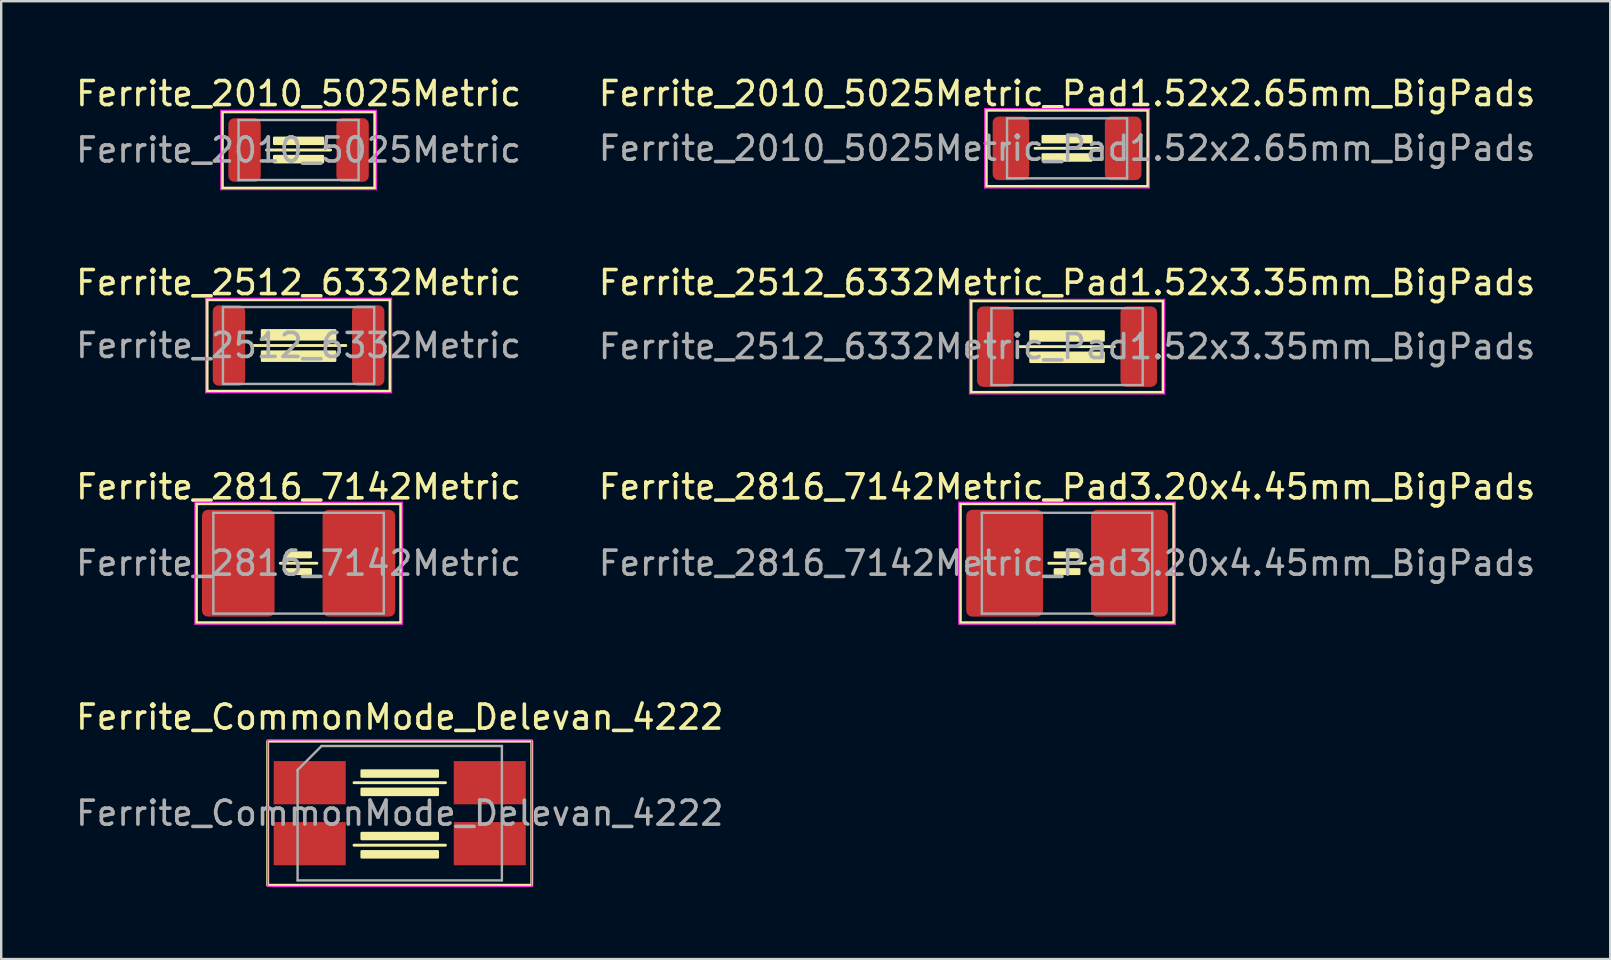
<source format=kicad_pcb>
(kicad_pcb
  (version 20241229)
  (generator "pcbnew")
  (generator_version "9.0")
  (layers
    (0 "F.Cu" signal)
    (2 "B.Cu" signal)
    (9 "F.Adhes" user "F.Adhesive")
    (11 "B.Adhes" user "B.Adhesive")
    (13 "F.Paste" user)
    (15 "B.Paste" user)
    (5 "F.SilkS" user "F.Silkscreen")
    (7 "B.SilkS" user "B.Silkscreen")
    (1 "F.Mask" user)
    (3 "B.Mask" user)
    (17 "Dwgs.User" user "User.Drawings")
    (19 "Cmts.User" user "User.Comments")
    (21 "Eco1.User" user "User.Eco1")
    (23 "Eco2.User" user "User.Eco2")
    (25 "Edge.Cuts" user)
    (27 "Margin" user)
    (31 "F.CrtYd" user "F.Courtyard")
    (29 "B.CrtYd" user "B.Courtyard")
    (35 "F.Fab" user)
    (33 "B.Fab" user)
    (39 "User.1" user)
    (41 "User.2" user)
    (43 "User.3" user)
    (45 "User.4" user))
  (footprint "Ferrite_2010_5025Metric"
    (layer "F.Cu")
    (at 9.387 3.198)
    (property "Reference" "Ferrite_2010_5025Metric" (at 0 -2.349 0) (layer "F.SilkS") (effects (font (size 1 1) (thickness 0.15))))
    (attr smd)
    (fp_line (start -3.175 -1.587) (end 3.175 -1.587) (stroke (width 0.12) (type solid)) (layer "F.SilkS"))
    (fp_line (start -3.175 1.587) (end -3.175 -1.587) (stroke (width 0.12) (type solid)) (layer "F.SilkS"))
    (fp_line (start -1.333 0) (end 1.333 0) (stroke (width 0.12) (type solid)) (layer "F.SilkS"))
    (fp_line (start 3.175 -1.587) (end 3.175 1.587) (stroke (width 0.12) (type solid)) (layer "F.SilkS"))
    (fp_line (start 3.175 1.587) (end -3.175 1.587) (stroke (width 0.12) (type solid)) (layer "F.SilkS"))
    (fp_poly (pts (xy 1.016 -0.254) (xy -1.016 -0.254) (xy -1.016 -0.508) (xy 1.016 -0.508)) (stroke (width 0.1) (type solid)) (fill yes) (layer "F.SilkS"))
    (fp_poly (pts (xy 1.016 0.508) (xy -1.016 0.508) (xy -1.016 0.254) (xy 1.016 0.254)) (stroke (width 0.1) (type solid)) (fill yes) (layer "F.SilkS"))
    (fp_line (start -3.239 -1.651) (end 3.239 -1.651) (stroke (width 0.05) (type solid)) (layer "F.CrtYd"))
    (fp_line (start -3.239 1.651) (end -3.239 -1.651) (stroke (width 0.05) (type solid)) (layer "F.CrtYd"))
    (fp_line (start 3.239 -1.651) (end 3.239 1.651) (stroke (width 0.05) (type solid)) (layer "F.CrtYd"))
    (fp_line (start 3.239 1.651) (end -3.239 1.651) (stroke (width 0.05) (type solid)) (layer "F.CrtYd"))
    (fp_line (start -2.5 -1.25) (end 2.5 -1.25) (stroke (width 0.1) (type solid)) (layer "F.Fab"))
    (fp_line (start -2.5 1.25) (end -2.5 -1.25) (stroke (width 0.1) (type solid)) (layer "F.Fab"))
    (fp_line (start 2.5 -1.25) (end 2.5 1.25) (stroke (width 0.1) (type solid)) (layer "F.Fab"))
    (fp_line (start 2.5 1.25) (end -2.5 1.25) (stroke (width 0.1) (type solid)) (layer "F.Fab"))
    (fp_text user "${REFERENCE}" (at 0 0 0) (layer "F.Fab") (effects (font (size 1 1) (thickness 0.15))))
    (pad "1" smd roundrect (at -2.25 0) (size 1.35 2.65) (layers "F.Cu" "F.Mask" "F.Paste") (roundrect_rratio 0.185))
    (pad "2" smd roundrect (at 2.25 0) (size 1.35 2.65) (layers "F.Cu" "F.Mask" "F.Paste") (roundrect_rratio 0.185)))
  (footprint "Ferrite_2010_5025Metric_Pad1.52x2.65mm_BigPads"
    (layer "F.Cu")
    (at 41.399 3.128)
    (property "Reference" "Ferrite_2010_5025Metric_Pad1.52x2.65mm_BigPads" (at 0 -2.28 0) (layer "F.SilkS") (effects (font (size 1 1) (thickness 0.15))))
    (attr smd)
    (fp_line (start -3.365 -1.587) (end 3.365 -1.587) (stroke (width 0.12) (type solid)) (layer "F.SilkS"))
    (fp_line (start -3.365 1.587) (end -3.365 -1.587) (stroke (width 0.12) (type solid)) (layer "F.SilkS"))
    (fp_line (start -1.333 0) (end 1.333 0) (stroke (width 0.12) (type solid)) (layer "F.SilkS"))
    (fp_line (start 3.365 -1.587) (end 3.365 1.587) (stroke (width 0.12) (type solid)) (layer "F.SilkS"))
    (fp_line (start 3.365 1.587) (end -3.365 1.587) (stroke (width 0.12) (type solid)) (layer "F.SilkS"))
    (fp_poly (pts (xy 1.016 -0.254) (xy -1.016 -0.254) (xy -1.016 -0.508) (xy 1.016 -0.508)) (stroke (width 0.1) (type solid)) (fill yes) (layer "F.SilkS"))
    (fp_poly (pts (xy 1.016 0.508) (xy -1.016 0.508) (xy -1.016 0.254) (xy 1.016 0.254)) (stroke (width 0.1) (type solid)) (fill yes) (layer "F.SilkS"))
    (fp_line (start -3.429 -1.651) (end 3.429 -1.651) (stroke (width 0.05) (type solid)) (layer "F.CrtYd"))
    (fp_line (start -3.429 1.651) (end -3.429 -1.651) (stroke (width 0.05) (type solid)) (layer "F.CrtYd"))
    (fp_line (start 3.429 -1.651) (end 3.429 1.651) (stroke (width 0.05) (type solid)) (layer "F.CrtYd"))
    (fp_line (start 3.429 1.651) (end -3.429 1.651) (stroke (width 0.05) (type solid)) (layer "F.CrtYd"))
    (fp_line (start -2.5 -1.25) (end 2.5 -1.25) (stroke (width 0.1) (type solid)) (layer "F.Fab"))
    (fp_line (start -2.5 1.25) (end -2.5 -1.25) (stroke (width 0.1) (type solid)) (layer "F.Fab"))
    (fp_line (start 2.5 -1.25) (end 2.5 1.25) (stroke (width 0.1) (type solid)) (layer "F.Fab"))
    (fp_line (start 2.5 1.25) (end -2.5 1.25) (stroke (width 0.1) (type solid)) (layer "F.Fab"))
    (fp_text user "${REFERENCE}" (at 0 0 0) (layer "F.Fab") (effects (font (size 1 1) (thickness 0.15))))
    (pad "1" smd roundrect (at -2.337 0) (size 1.525 2.65) (layers "F.Cu" "F.Mask" "F.Paste") (roundrect_rratio 0.164))
    (pad "2" smd roundrect (at 2.337 0) (size 1.525 2.65) (layers "F.Cu" "F.Mask" "F.Paste") (roundrect_rratio 0.164)))
  (footprint "Ferrite_CommonMode_Delevan_4222"
    (layer "F.Cu")
    (at 13.601 30.824)
    (property "Reference" "Ferrite_CommonMode_Delevan_4222" (at 0 -4 0) (layer "F.SilkS") (effects (font (size 1 1) (thickness 0.15))))
    (attr smd)
    (fp_line (start -1.905 -1.27) (end 1.905 -1.27) (stroke (width 0.12) (type solid)) (layer "F.SilkS"))
    (fp_line (start -1.905 1.333) (end 1.905 1.333) (stroke (width 0.12) (type solid)) (layer "F.SilkS"))
    (fp_rect (start -5.5 -3) (end 5.5 3) (stroke (width 0.12) (type solid)) (fill no) (layer "F.SilkS"))
    (fp_poly (pts (xy 1.587 -1.778) (xy 1.587 -1.524) (xy -1.587 -1.524) (xy -1.587 -1.778)) (stroke (width 0.1) (type solid)) (fill yes) (layer "F.SilkS"))
    (fp_poly (pts (xy 1.587 -1.016) (xy 1.587 -0.762) (xy -1.587 -0.762) (xy -1.587 -1.016)) (stroke (width 0.1) (type solid)) (fill yes) (layer "F.SilkS"))
    (fp_poly (pts (xy 1.587 0.826) (xy 1.587 1.079) (xy -1.587 1.079) (xy -1.587 0.826)) (stroke (width 0.1) (type solid)) (fill yes) (layer "F.SilkS"))
    (fp_poly (pts (xy 1.587 1.587) (xy 1.587 1.841) (xy -1.587 1.841) (xy -1.587 1.587)) (stroke (width 0.1) (type solid)) (fill yes) (layer "F.SilkS"))
    (fp_line (start -5.5 -3.05) (end 5.5 -3.05) (stroke (width 0.05) (type solid)) (layer "F.CrtYd"))
    (fp_line (start -5.5 3.05) (end -5.5 -3.05) (stroke (width 0.05) (type solid)) (layer "F.CrtYd"))
    (fp_line (start 5.5 -3.05) (end 5.5 3.05) (stroke (width 0.05) (type solid)) (layer "F.CrtYd"))
    (fp_line (start 5.5 3.05) (end -5.5 3.05) (stroke (width 0.05) (type solid)) (layer "F.CrtYd"))
    (fp_line (start -4.255 -1.8) (end -4.255 2.8) (stroke (width 0.1) (type solid)) (layer "F.Fab"))
    (fp_line (start -4.255 -1.8) (end -3.255 -2.8) (stroke (width 0.1) (type solid)) (layer "F.Fab"))
    (fp_line (start -3.255 -2.8) (end 4.255 -2.8) (stroke (width 0.1) (type solid)) (layer "F.Fab"))
    (fp_line (start 4.255 -2.8) (end 4.255 2.8) (stroke (width 0.1) (type solid)) (layer "F.Fab"))
    (fp_line (start 4.255 2.8) (end -4.255 2.8) (stroke (width 0.1) (type solid)) (layer "F.Fab"))
    (fp_text user "${REFERENCE}" (at 0 0 0) (layer "F.Fab") (effects (font (size 1 1) (thickness 0.15))))
    (pad "1" smd rect (at -3.75 -1.27) (size 3 1.8) (layers "F.Cu" "F.Mask" "F.Paste"))
    (pad "2" smd rect (at -3.75 1.27) (size 3 1.8) (layers "F.Cu" "F.Mask" "F.Paste"))
    (pad "3" smd rect (at 3.75 1.27) (size 3 1.8) (layers "F.Cu" "F.Mask" "F.Paste"))
    (pad "4" smd rect (at 3.75 -1.27) (size 3 1.8) (layers "F.Cu" "F.Mask" "F.Paste")))
  (footprint "Ferrite_2816_7142Metric_Pad3.20x4.45mm_BigPads"
    (layer "F.Cu")
    (at 41.399 20.411)
    (property "Reference" "Ferrite_2816_7142Metric_Pad3.20x4.45mm_BigPads" (at 0 -3.18 0) (layer "F.SilkS") (effects (font (size 1 1) (thickness 0.15))))
    (attr smd)
    (fp_line (start -4.445 -2.477) (end 4.445 -2.477) (stroke (width 0.12) (type solid)) (layer "F.SilkS"))
    (fp_line (start -4.445 2.477) (end -4.445 -2.477) (stroke (width 0.12) (type solid)) (layer "F.SilkS"))
    (fp_line (start -0.762 0) (end 0.762 0) (stroke (width 0.12) (type solid)) (layer "F.SilkS"))
    (fp_line (start 4.445 -2.477) (end 4.445 2.477) (stroke (width 0.12) (type solid)) (layer "F.SilkS"))
    (fp_line (start 4.445 2.477) (end -4.445 2.477) (stroke (width 0.12) (type solid)) (layer "F.SilkS"))
    (fp_poly (pts (xy 0.508 -0.254) (xy -0.508 -0.254) (xy -0.508 -0.445) (xy 0.508 -0.445)) (stroke (width 0.1) (type solid)) (fill yes) (layer "F.SilkS"))
    (fp_poly (pts (xy 0.508 0.445) (xy -0.508 0.445) (xy -0.508 0.254) (xy 0.508 0.254)) (stroke (width 0.1) (type solid)) (fill yes) (layer "F.SilkS"))
    (fp_line (start -4.508 -2.54) (end 4.508 -2.54) (stroke (width 0.05) (type solid)) (layer "F.CrtYd"))
    (fp_line (start -4.508 2.54) (end -4.508 -2.54) (stroke (width 0.05) (type solid)) (layer "F.CrtYd"))
    (fp_line (start 4.508 -2.54) (end 4.508 2.54) (stroke (width 0.05) (type solid)) (layer "F.CrtYd"))
    (fp_line (start 4.508 2.54) (end -4.508 2.54) (stroke (width 0.05) (type solid)) (layer "F.CrtYd"))
    (fp_line (start -3.55 -2.1) (end 3.55 -2.1) (stroke (width 0.1) (type solid)) (layer "F.Fab"))
    (fp_line (start -3.55 2.1) (end -3.55 -2.1) (stroke (width 0.1) (type solid)) (layer "F.Fab"))
    (fp_line (start 3.55 -2.1) (end 3.55 2.1) (stroke (width 0.1) (type solid)) (layer "F.Fab"))
    (fp_line (start 3.55 2.1) (end -3.55 2.1) (stroke (width 0.1) (type solid)) (layer "F.Fab"))
    (fp_text user "${REFERENCE}" (at 0 0 0) (layer "F.Fab") (effects (font (size 1 1) (thickness 0.15))))
    (pad "1" smd roundrect (at -2.6 0) (size 3.2 4.45) (layers "F.Cu" "F.Mask" "F.Paste") (roundrect_rratio 0.078))
    (pad "2" smd roundrect (at 2.6 0) (size 3.2 4.45) (layers "F.Cu" "F.Mask" "F.Paste") (roundrect_rratio 0.078)))
  (footprint "Ferrite_2512_6332Metric"
    (layer "F.Cu")
    (at 9.387 11.342)
    (property "Reference" "Ferrite_2512_6332Metric" (at 0 -2.62 0) (layer "F.SilkS") (effects (font (size 1 1) (thickness 0.15))))
    (attr smd)
    (fp_line (start -3.81 -1.905) (end 3.81 -1.905) (stroke (width 0.12) (type solid)) (layer "F.SilkS"))
    (fp_line (start -3.81 1.905) (end -3.81 -1.905) (stroke (width 0.12) (type solid)) (layer "F.SilkS"))
    (fp_line (start -1.968 0) (end 1.968 0) (stroke (width 0.12) (type solid)) (layer "F.SilkS"))
    (fp_line (start 3.81 -1.905) (end 3.81 1.905) (stroke (width 0.12) (type solid)) (layer "F.SilkS"))
    (fp_line (start 3.81 1.905) (end -3.81 1.905) (stroke (width 0.12) (type solid)) (layer "F.SilkS"))
    (fp_poly (pts (xy 1.524 -0.254) (xy -1.524 -0.254) (xy -1.524 -0.635) (xy 1.524 -0.635)) (stroke (width 0.1) (type solid)) (fill yes) (layer "F.SilkS"))
    (fp_poly (pts (xy 1.524 0.635) (xy -1.524 0.635) (xy -1.524 0.254) (xy 1.524 0.254)) (stroke (width 0.1) (type solid)) (fill yes) (layer "F.SilkS"))
    (fp_line (start -3.873 -1.968) (end 3.873 -1.968) (stroke (width 0.05) (type solid)) (layer "F.CrtYd"))
    (fp_line (start -3.873 1.968) (end -3.873 -1.968) (stroke (width 0.05) (type solid)) (layer "F.CrtYd"))
    (fp_line (start 3.873 -1.968) (end 3.873 1.968) (stroke (width 0.05) (type solid)) (layer "F.CrtYd"))
    (fp_line (start 3.873 1.968) (end -3.873 1.968) (stroke (width 0.05) (type solid)) (layer "F.CrtYd"))
    (fp_line (start -3.15 -1.6) (end 3.15 -1.6) (stroke (width 0.1) (type solid)) (layer "F.Fab"))
    (fp_line (start -3.15 1.6) (end -3.15 -1.6) (stroke (width 0.1) (type solid)) (layer "F.Fab"))
    (fp_line (start 3.15 -1.6) (end 3.15 1.6) (stroke (width 0.1) (type solid)) (layer "F.Fab"))
    (fp_line (start 3.15 1.6) (end -3.15 1.6) (stroke (width 0.1) (type solid)) (layer "F.Fab"))
    (fp_text user "${REFERENCE}" (at 0 0 0) (layer "F.Fab") (effects (font (size 1 1) (thickness 0.15))))
    (pad "1" smd roundrect (at -2.9 0) (size 1.35 3.35) (layers "F.Cu" "F.Mask" "F.Paste") (roundrect_rratio 0.185))
    (pad "2" smd roundrect (at 2.9 0) (size 1.35 3.35) (layers "F.Cu" "F.Mask" "F.Paste") (roundrect_rratio 0.185)))
  (footprint "Ferrite_2512_6332Metric_Pad1.52x3.35mm_BigPads"
    (layer "F.Cu")
    (at 41.399 11.389)
    (property "Reference" "Ferrite_2512_6332Metric_Pad1.52x3.35mm_BigPads" (at 0 -2.667 0) (layer "F.SilkS") (effects (font (size 1 1) (thickness 0.15))))
    (attr smd)
    (fp_line (start -4 -1.905) (end 4 -1.905) (stroke (width 0.12) (type solid)) (layer "F.SilkS"))
    (fp_line (start -4 1.905) (end -4 -1.905) (stroke (width 0.12) (type solid)) (layer "F.SilkS"))
    (fp_line (start -1.968 0) (end 1.968 0) (stroke (width 0.12) (type solid)) (layer "F.SilkS"))
    (fp_line (start 4 -1.905) (end 4 1.905) (stroke (width 0.12) (type solid)) (layer "F.SilkS"))
    (fp_line (start 4 1.905) (end -4 1.905) (stroke (width 0.12) (type solid)) (layer "F.SilkS"))
    (fp_poly (pts (xy 1.524 -0.254) (xy -1.524 -0.254) (xy -1.524 -0.635) (xy 1.524 -0.635)) (stroke (width 0.1) (type solid)) (fill yes) (layer "F.SilkS"))
    (fp_poly (pts (xy 1.524 0.635) (xy -1.524 0.635) (xy -1.524 0.254) (xy 1.524 0.254)) (stroke (width 0.1) (type solid)) (fill yes) (layer "F.SilkS"))
    (fp_line (start -4.064 -1.968) (end 4.064 -1.968) (stroke (width 0.05) (type solid)) (layer "F.CrtYd"))
    (fp_line (start -4.064 1.968) (end -4.064 -1.968) (stroke (width 0.05) (type solid)) (layer "F.CrtYd"))
    (fp_line (start 4.064 -1.968) (end 4.064 1.968) (stroke (width 0.05) (type solid)) (layer "F.CrtYd"))
    (fp_line (start 4.064 1.968) (end -4.064 1.968) (stroke (width 0.05) (type solid)) (layer "F.CrtYd"))
    (fp_line (start -3.15 -1.6) (end 3.15 -1.6) (stroke (width 0.1) (type solid)) (layer "F.Fab"))
    (fp_line (start -3.15 1.6) (end -3.15 -1.6) (stroke (width 0.1) (type solid)) (layer "F.Fab"))
    (fp_line (start 3.15 -1.6) (end 3.15 1.6) (stroke (width 0.1) (type solid)) (layer "F.Fab"))
    (fp_line (start 3.15 1.6) (end -3.15 1.6) (stroke (width 0.1) (type solid)) (layer "F.Fab"))
    (fp_text user "${REFERENCE}" (at 0 0 0) (layer "F.Fab") (effects (font (size 1 1) (thickness 0.15))))
    (pad "1" smd roundrect (at -2.987 0) (size 1.525 3.35) (layers "F.Cu" "F.Mask" "F.Paste") (roundrect_rratio 0.164))
    (pad "2" smd roundrect (at 2.987 0) (size 1.525 3.35) (layers "F.Cu" "F.Mask" "F.Paste") (roundrect_rratio 0.164)))
  (footprint "Ferrite_2816_7142Metric"
    (layer "F.Cu")
    (at 9.387 20.411)
    (property "Reference" "Ferrite_2816_7142Metric" (at 0 -3.18 0) (layer "F.SilkS") (effects (font (size 1 1) (thickness 0.15))))
    (attr smd)
    (fp_line (start -4.255 -2.477) (end 4.255 -2.477) (stroke (width 0.12) (type solid)) (layer "F.SilkS"))
    (fp_line (start -4.255 2.477) (end -4.255 -2.477) (stroke (width 0.12) (type solid)) (layer "F.SilkS"))
    (fp_line (start -0.762 0) (end 0.762 0) (stroke (width 0.12) (type solid)) (layer "F.SilkS"))
    (fp_line (start 4.255 -2.477) (end 4.255 2.477) (stroke (width 0.12) (type solid)) (layer "F.SilkS"))
    (fp_line (start 4.255 2.477) (end -4.255 2.477) (stroke (width 0.12) (type solid)) (layer "F.SilkS"))
    (fp_poly (pts (xy 0.508 -0.254) (xy -0.508 -0.254) (xy -0.508 -0.445) (xy 0.508 -0.445)) (stroke (width 0.1) (type solid)) (fill yes) (layer "F.SilkS"))
    (fp_poly (pts (xy 0.508 0.445) (xy -0.508 0.445) (xy -0.508 0.254) (xy 0.508 0.254)) (stroke (width 0.1) (type solid)) (fill yes) (layer "F.SilkS"))
    (fp_line (start -4.318 -2.54) (end 4.318 -2.54) (stroke (width 0.05) (type solid)) (layer "F.CrtYd"))
    (fp_line (start -4.318 2.54) (end -4.318 -2.54) (stroke (width 0.05) (type solid)) (layer "F.CrtYd"))
    (fp_line (start 4.318 -2.54) (end 4.318 2.54) (stroke (width 0.05) (type solid)) (layer "F.CrtYd"))
    (fp_line (start 4.318 2.54) (end -4.318 2.54) (stroke (width 0.05) (type solid)) (layer "F.CrtYd"))
    (fp_line (start -3.55 -2.1) (end 3.55 -2.1) (stroke (width 0.1) (type solid)) (layer "F.Fab"))
    (fp_line (start -3.55 2.1) (end -3.55 -2.1) (stroke (width 0.1) (type solid)) (layer "F.Fab"))
    (fp_line (start 3.55 -2.1) (end 3.55 2.1) (stroke (width 0.1) (type solid)) (layer "F.Fab"))
    (fp_line (start 3.55 2.1) (end -3.55 2.1) (stroke (width 0.1) (type solid)) (layer "F.Fab"))
    (fp_text user "${REFERENCE}" (at 0 0 0) (layer "F.Fab") (effects (font (size 1 1) (thickness 0.15))))
    (pad "1" smd roundrect (at -2.513 0) (size 3.025 4.45) (layers "F.Cu" "F.Mask" "F.Paste") (roundrect_rratio 0.083))
    (pad "2" smd roundrect (at 2.513 0) (size 3.025 4.45) (layers "F.Cu" "F.Mask" "F.Paste") (roundrect_rratio 0.083)))
  (gr_rect
    (start -3 -3)
    (end 64.024 36.899)
    (stroke (width 0.1) (type default))
    (fill no)
    (layer "Edge.Cuts")))
</source>
